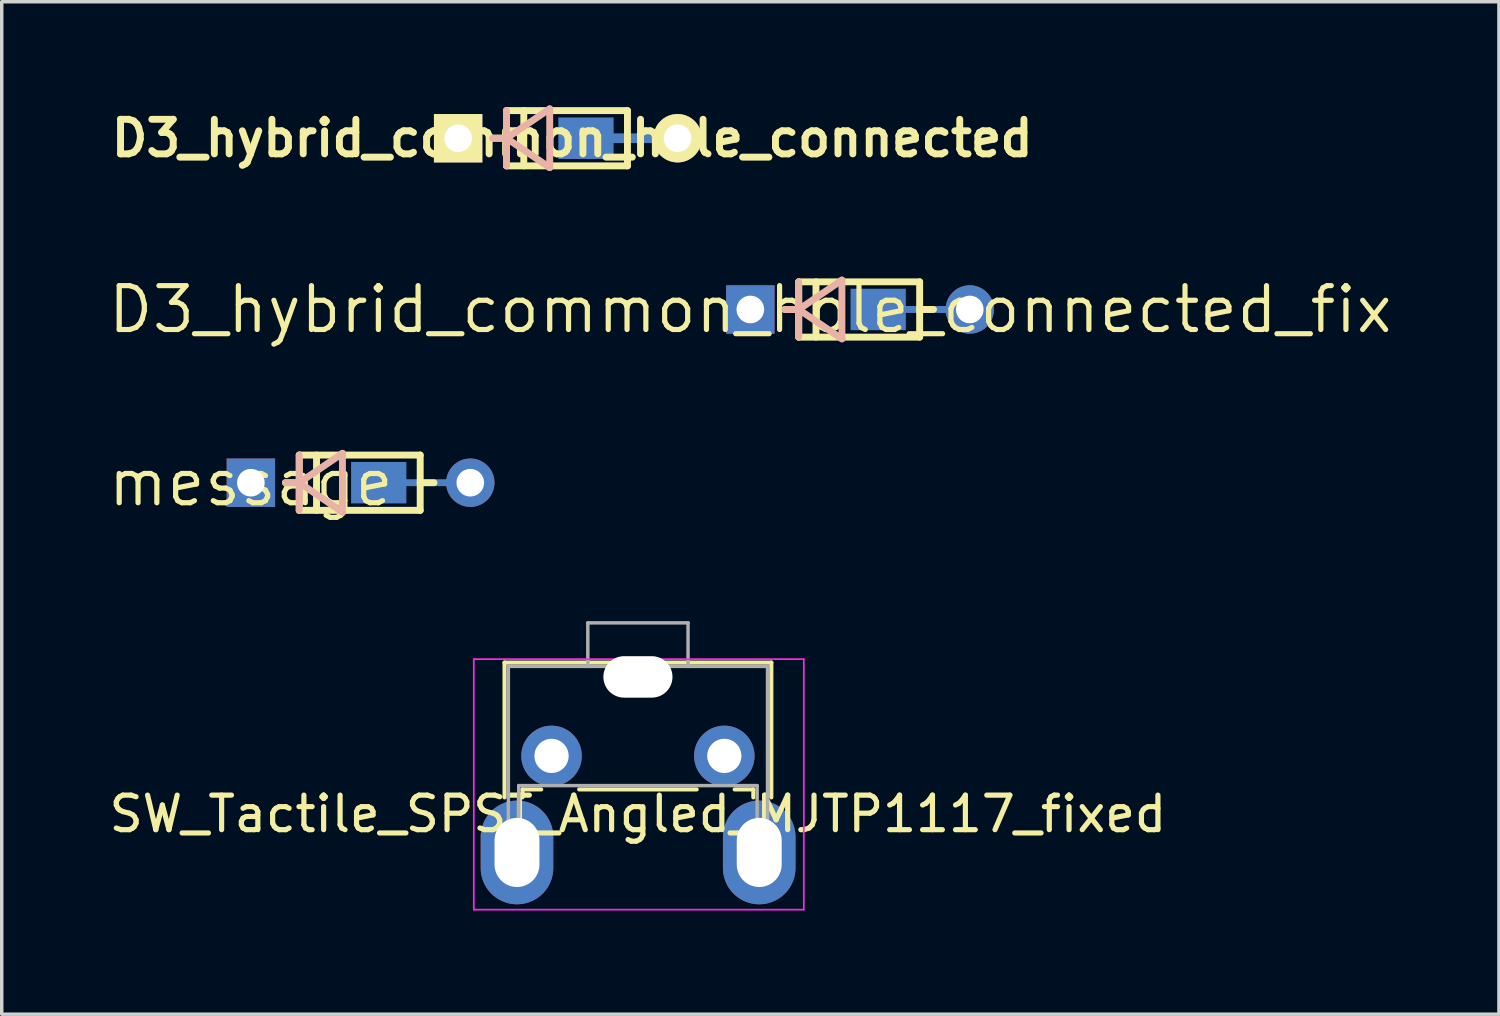
<source format=kicad_pcb>
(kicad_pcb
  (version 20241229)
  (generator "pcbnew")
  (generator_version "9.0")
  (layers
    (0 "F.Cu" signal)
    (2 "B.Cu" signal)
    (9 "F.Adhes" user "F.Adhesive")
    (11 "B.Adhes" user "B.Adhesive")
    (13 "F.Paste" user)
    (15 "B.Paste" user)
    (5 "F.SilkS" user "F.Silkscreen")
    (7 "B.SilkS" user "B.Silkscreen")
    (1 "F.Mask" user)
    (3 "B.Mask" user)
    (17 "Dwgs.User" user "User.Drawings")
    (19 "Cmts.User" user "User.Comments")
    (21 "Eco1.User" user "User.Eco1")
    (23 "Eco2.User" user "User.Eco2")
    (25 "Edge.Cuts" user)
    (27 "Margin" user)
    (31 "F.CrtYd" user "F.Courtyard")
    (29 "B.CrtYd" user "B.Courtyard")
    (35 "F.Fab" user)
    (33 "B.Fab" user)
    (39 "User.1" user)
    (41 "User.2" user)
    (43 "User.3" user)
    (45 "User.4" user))
  (footprint "D3_hybrid_common_hole_connected_fix"
    (layer "F.Cu")
    (at 18.664 5.906)
    (property "Reference" "D3_hybrid_common_hole_connected_fix" (at 0 0 0) (layer "F.SilkS") (effects (font (size 1.27 1.27) (thickness 0.15))))
    (fp_line (start 1.4 -0.8) (end 4.9 -0.8) (stroke (width 0.2) (type solid)) (layer "F.SilkS"))
    (fp_line (start 1.4 0) (end 1 0) (stroke (width 0.2) (type solid)) (layer "F.SilkS"))
    (fp_line (start 1.4 0.8) (end 1.4 -0.8) (stroke (width 0.2) (type solid)) (layer "F.SilkS"))
    (fp_line (start 1.9 -0.8) (end 1.9 0.8) (stroke (width 0.2) (type solid)) (layer "F.SilkS"))
    (fp_line (start 4.9 -0.8) (end 4.9 0.8) (stroke (width 0.2) (type solid)) (layer "F.SilkS"))
    (fp_line (start 4.9 0) (end 5.3 0) (stroke (width 0.2) (type solid)) (layer "F.SilkS"))
    (fp_line (start 4.9 0.8) (end 1.4 0.8) (stroke (width 0.2) (type solid)) (layer "F.SilkS"))
    (fp_line (start 1.399 -0.8) (end 1.399 0.8) (stroke (width 0.2) (type solid)) (layer "B.SilkS"))
    (fp_line (start 1.399 0) (end 0.999 0) (stroke (width 0.2) (type solid)) (layer "B.SilkS"))
    (fp_line (start 1.4 0) (end 2.65 -0.85) (stroke (width 0.2) (type solid)) (layer "B.SilkS"))
    (fp_line (start 1.4 0) (end 2.65 0.85) (stroke (width 0.2) (type solid)) (layer "B.SilkS"))
    (fp_line (start 2.65 -0.85) (end 2.65 0.85) (stroke (width 0.2) (type solid)) (layer "B.SilkS"))
    (pad "1" thru_hole rect (at 0 0) (size 1.4 1.4) (drill 0.8) (layers "*.Cu" "*.Mask"))
    (pad "2" smd rect (at 3.7 0) (size 1.6 1.2) (layers "B.Cu" "B.Mask" "B.Paste"))
    (pad "2" smd rect (at 5.15 0) (size 1.6 0.2) (layers "B.Cu" "B.Mask"))
    (pad "2" thru_hole circle (at 6.35 0) (size 1.4 1.4) (drill 0.8) (layers "*.Cu" "*.Mask")))
  (footprint "message"
    (layer "F.Cu")
    (at 4.21 10.919)
    (property "Reference" "message" (at 0 0 0) (layer "F.SilkS") (effects (font (size 1.27 1.27) (thickness 0.15))))
    (fp_line (start 1.4 -0.8) (end 4.9 -0.8) (stroke (width 0.2) (type solid)) (layer "F.SilkS"))
    (fp_line (start 1.4 0) (end 1 0) (stroke (width 0.2) (type solid)) (layer "F.SilkS"))
    (fp_line (start 1.4 0.8) (end 1.4 -0.8) (stroke (width 0.2) (type solid)) (layer "F.SilkS"))
    (fp_line (start 1.9 -0.8) (end 1.9 0.8) (stroke (width 0.2) (type solid)) (layer "F.SilkS"))
    (fp_line (start 4.9 -0.8) (end 4.9 0.8) (stroke (width 0.2) (type solid)) (layer "F.SilkS"))
    (fp_line (start 4.9 0) (end 5.3 0) (stroke (width 0.2) (type solid)) (layer "F.SilkS"))
    (fp_line (start 4.9 0.8) (end 1.4 0.8) (stroke (width 0.2) (type solid)) (layer "F.SilkS"))
    (fp_line (start 1.399 -0.8) (end 1.399 0.8) (stroke (width 0.2) (type solid)) (layer "B.SilkS"))
    (fp_line (start 1.399 0) (end 0.999 0) (stroke (width 0.2) (type solid)) (layer "B.SilkS"))
    (fp_line (start 1.4 0) (end 2.65 -0.85) (stroke (width 0.2) (type solid)) (layer "B.SilkS"))
    (fp_line (start 1.4 0) (end 2.65 0.85) (stroke (width 0.2) (type solid)) (layer "B.SilkS"))
    (fp_line (start 2.65 -0.85) (end 2.65 0.85) (stroke (width 0.2) (type solid)) (layer "B.SilkS"))
    (pad "1" thru_hole rect (at 0 0) (size 1.4 1.4) (drill 0.8) (layers "*.Cu" "*.Mask"))
    (pad "2" smd rect (at 3.7 0) (size 1.6 1.2) (layers "B.Cu" "B.Mask" "B.Paste"))
    (pad "2" smd rect (at 5.15 0) (size 1.6 0.2) (layers "B.Cu" "B.Mask" "B.Paste"))
    (pad "2" thru_hole circle (at 6.35 0) (size 1.4 1.4) (drill 0.8) (layers "*.Cu" "*.Mask")))
  (footprint "SW_Tactile_SPST_Angled_MJTP1117_fixed"
    (layer "F.Cu")
    (at 12.911 18.825)
    (property "Reference" "SW_Tactile_SPST_Angled_MJTP1117_fixed" (at 2.5 1.68 0) (layer "F.SilkS") (effects (font (size 1 1) (thickness 0.15))))
    (attr through_hole)
    (fp_line (start -1.36 -2.7) (end -1.36 1.2) (stroke (width 0.12) (type solid)) (layer "F.SilkS"))
    (fp_line (start -1.36 -2.7) (end 6.36 -2.7) (stroke (width 0.12) (type solid)) (layer "F.SilkS"))
    (fp_line (start -0.84 0.97) (end -0.84 1.2) (stroke (width 0.12) (type solid)) (layer "F.SilkS"))
    (fp_line (start -0.84 0.97) (end -0.3 0.97) (stroke (width 0.12) (type solid)) (layer "F.SilkS"))
    (fp_line (start 0.8 0.97) (end 4.2 0.97) (stroke (width 0.12) (type solid)) (layer "F.SilkS"))
    (fp_line (start 5.3 0.97) (end 5.84 0.97) (stroke (width 0.12) (type solid)) (layer "F.SilkS"))
    (fp_line (start 5.84 0.97) (end 5.84 1.2) (stroke (width 0.12) (type solid)) (layer "F.SilkS"))
    (fp_line (start 6.36 -2.7) (end 6.36 1.2) (stroke (width 0.12) (type solid)) (layer "F.SilkS"))
    (fp_line (start -2.25 -2.8) (end 7.3 -2.8) (stroke (width 0.05) (type solid)) (layer "F.CrtYd"))
    (fp_line (start -2.25 4.45) (end -2.25 -2.8) (stroke (width 0.05) (type solid)) (layer "F.CrtYd"))
    (fp_line (start 7.3 -2.8) (end 7.3 4.45) (stroke (width 0.05) (type solid)) (layer "F.CrtYd"))
    (fp_line (start 7.3 4.45) (end -2.25 4.45) (stroke (width 0.05) (type solid)) (layer "F.CrtYd"))
    (fp_line (start -1.25 -2.59) (end 6.25 -2.59) (stroke (width 0.1) (type solid)) (layer "F.Fab"))
    (fp_line (start -1.25 3.6) (end -1.25 -2.59) (stroke (width 0.1) (type solid)) (layer "F.Fab"))
    (fp_line (start -1.25 3.6) (end -0.95 3.6) (stroke (width 0.1) (type solid)) (layer "F.Fab"))
    (fp_line (start -0.95 0.86) (end 5.95 0.86) (stroke (width 0.1) (type solid)) (layer "F.Fab"))
    (fp_line (start -0.95 3.6) (end -0.95 0.86) (stroke (width 0.1) (type solid)) (layer "F.Fab"))
    (fp_line (start 1.05 -3.85) (end 1.05 -2.59) (stroke (width 0.1) (type solid)) (layer "F.Fab"))
    (fp_line (start 1.05 -3.85) (end 3.95 -3.85) (stroke (width 0.1) (type solid)) (layer "F.Fab"))
    (fp_line (start 3.95 -3.85) (end 3.95 -2.59) (stroke (width 0.1) (type solid)) (layer "F.Fab"))
    (fp_line (start 5.95 3.6) (end 5.95 0.86) (stroke (width 0.1) (type solid)) (layer "F.Fab"))
    (fp_line (start 5.95 3.6) (end 6.25 3.6) (stroke (width 0.1) (type solid)) (layer "F.Fab"))
    (fp_line (start 6.25 3.6) (end 6.25 -2.59) (stroke (width 0.1) (type solid)) (layer "F.Fab"))
    (pad "" thru_hole oval (at -1 2.794) (size 2.1 3) (drill oval 1.3 2) (layers "*.Cu" "*.Mask"))
    (pad "" np_thru_hole oval (at 2.5 -2.286) (size 2 1.2) (drill oval 2 1.2) (layers "*.Cu" "*.Mask"))
    (pad "" thru_hole oval (at 6.01 2.794) (size 2.1 3) (drill oval 1.3 2) (layers "*.Cu" "*.Mask"))
    (pad "1" thru_hole circle (at 0 0) (size 1.75 1.75) (drill 0.99) (layers "*.Cu" "*.Mask"))
    (pad "2" thru_hole circle (at 5 0) (size 1.75 1.75) (drill 0.99) (layers "*.Cu" "*.Mask")))
  (footprint "D3_hybrid_common_hole_connected"
    (layer "F.Cu")
    (at 10.208 0.95)
    (property "Reference" "D3_hybrid_common_hole_connected" (at 3.302 0 0) (layer "F.SilkS") (effects (font (size 1 1) (thickness 0.2))))
    (attr through_hole)
    (fp_line (start 1.4 -0.8) (end 4.9 -0.8) (stroke (width 0.2) (type solid)) (layer "F.SilkS"))
    (fp_line (start 1.4 0) (end 1 0) (stroke (width 0.2) (type solid)) (layer "F.SilkS"))
    (fp_line (start 1.4 0.8) (end 1.4 -0.8) (stroke (width 0.2) (type solid)) (layer "F.SilkS"))
    (fp_line (start 1.9 -0.8) (end 1.9 0.8) (stroke (width 0.2) (type solid)) (layer "F.SilkS"))
    (fp_line (start 4.9 -0.8) (end 4.9 0.8) (stroke (width 0.2) (type solid)) (layer "F.SilkS"))
    (fp_line (start 4.9 0.8) (end 1.4 0.8) (stroke (width 0.2) (type solid)) (layer "F.SilkS"))
    (fp_line (start 1.399 -0.8) (end 1.399 0.8) (stroke (width 0.2) (type solid)) (layer "B.SilkS"))
    (fp_line (start 1.399 0) (end 0.999 0) (stroke (width 0.2) (type solid)) (layer "B.SilkS"))
    (fp_line (start 1.4 0) (end 2.65 -0.85) (stroke (width 0.2) (type solid)) (layer "B.SilkS"))
    (fp_line (start 1.4 0) (end 2.65 0.85) (stroke (width 0.2) (type solid)) (layer "B.SilkS"))
    (fp_line (start 2.65 -0.85) (end 2.65 0.85) (stroke (width 0.2) (type solid)) (layer "B.SilkS"))
    (pad "1" thru_hole rect (at 0 0) (size 1.4 1.4) (drill 0.8) (layers "*.Cu" "*.Mask" "F.SilkS"))
    (pad "2" smd rect (at 3.7 0) (size 1.6 1.2) (layers "B.Cu" "B.Mask" "B.Paste"))
    (pad "2" smd rect (at 4.699 0) (size 3.302 0.279) (layers "B.Cu" "B.Mask" "B.Paste"))
    (pad "2" thru_hole circle (at 6.35 0) (size 1.4 1.4) (drill 0.8) (layers "*.Cu" "*.Mask" "F.SilkS")))
  (gr_rect
    (start -3 -3)
    (end 40.328 26.3)
    (stroke (width 0.1) (type default))
    (fill no)
    (layer "Edge.Cuts")))
</source>
